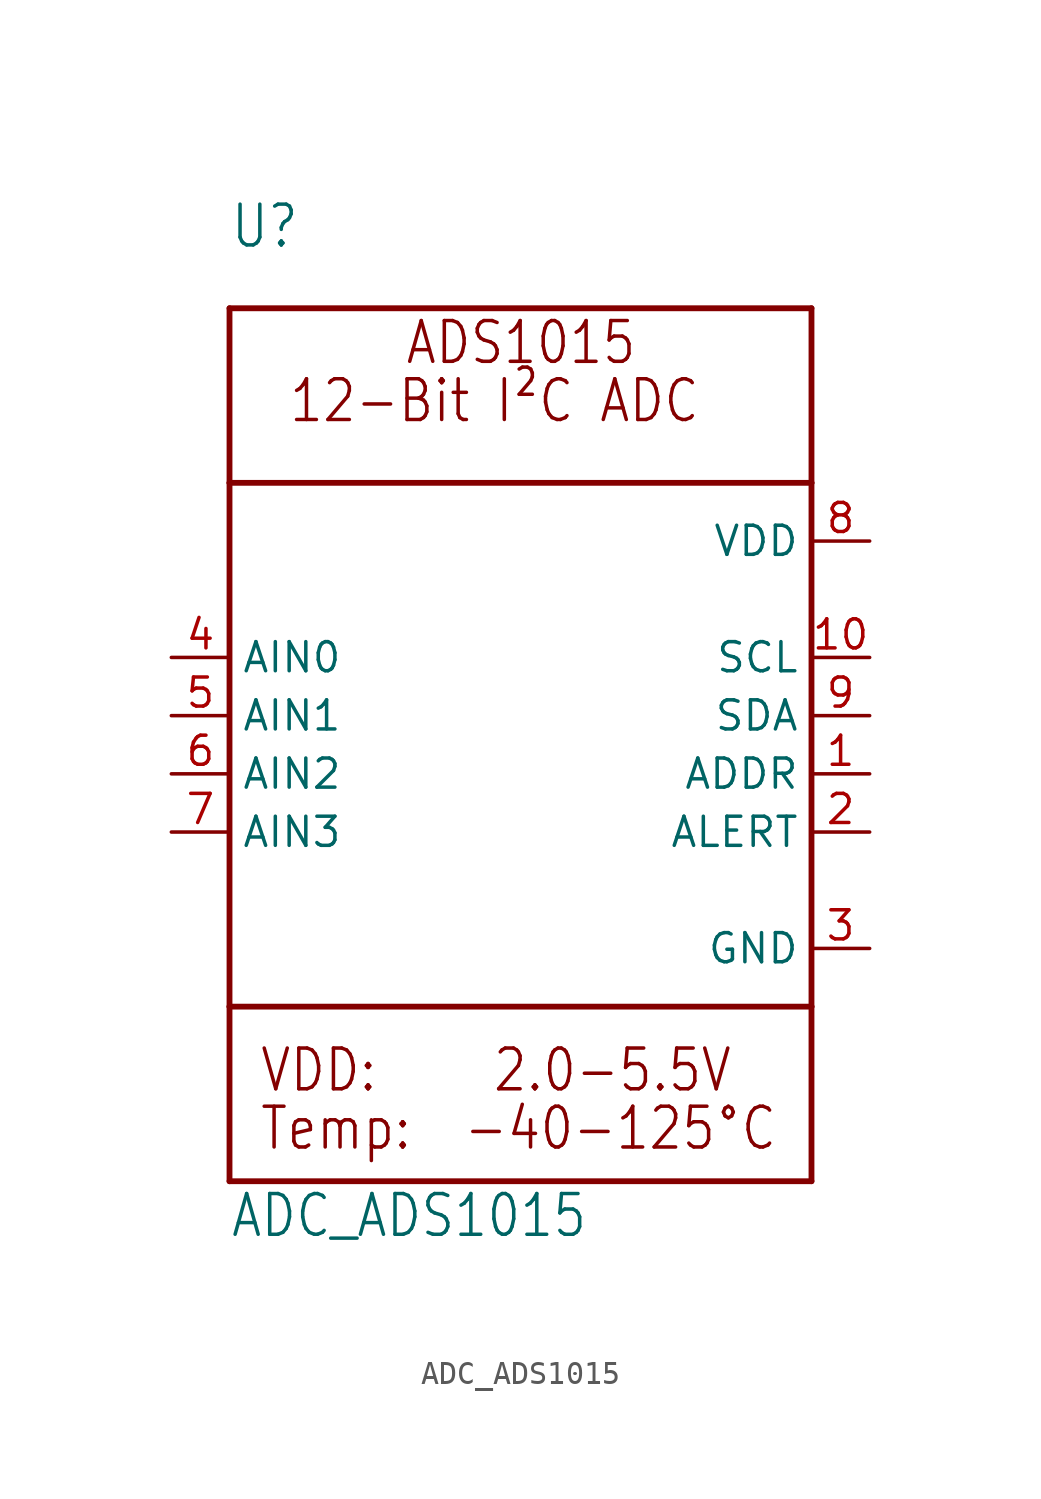
<source format=kicad_sym>
(kicad_symbol_lib
  (version 20220331)
  (generator kicad_symbol_editor)
  (symbol "ADC_ADS1015"
    (property "Reference" "U"
      (at -12.7 20.32 0)
      (effects (font (size 1.778 1.511)) (justify left bottom)))
    (property "Value" "ADC_ADS1015"
      (at -12.7 -22.86 0)
      (effects (font (size 1.778 1.511)) (justify left bottom)))
    (property "ki_locked" ""
      (at 0 0 0)
      (effects (font (size 1.27 1.27))))
    (symbol "ADC_ADS1015_1_0"
      (polyline (pts (xy -12.7 -12.7) (xy -12.7 -20.32)) (stroke (width 0.254) (type solid)) (fill (type none)))
      (polyline (pts (xy -12.7 -12.7) (xy -12.7 10.16)) (stroke (width 0.254) (type solid)) (fill (type none)))
      (polyline (pts (xy -12.7 10.16) (xy 12.7 10.16)) (stroke (width 0.254) (type solid)) (fill (type none)))
      (polyline (pts (xy -12.7 17.78) (xy -12.7 10.16)) (stroke (width 0.254) (type solid)) (fill (type none)))
      (polyline (pts (xy -12.7 17.78) (xy 12.7 17.78)) (stroke (width 0.254) (type solid)) (fill (type none)))
      (polyline (pts (xy 12.7 -20.32) (xy -12.7 -20.32)) (stroke (width 0.254) (type solid)) (fill (type none)))
      (polyline (pts (xy 12.7 -12.7) (xy -12.7 -12.7)) (stroke (width 0.254) (type solid)) (fill (type none)))
      (polyline (pts (xy 12.7 -12.7) (xy 12.7 -20.32)) (stroke (width 0.254) (type solid)) (fill (type none)))
      (polyline (pts (xy 12.7 10.16) (xy 12.7 -12.7)) (stroke (width 0.254) (type solid)) (fill (type none)))
      (polyline (pts (xy 12.7 17.78) (xy 12.7 10.16)) (stroke (width 0.254) (type solid)) (fill (type none)))
      (text "-40-125°C" (at -2.54 -19.05 0) (effects (font (size 1.778 1.511)) (justify left bottom)))
      (text "12-Bit I²C ADC" (at -10.16 12.7 0) (effects (font (size 1.778 1.511)) (justify left bottom)))
      (text "2.0-5.5V" (at -1.27 -16.51 0) (effects (font (size 1.778 1.511)) (justify left bottom)))
      (text "ADS1015" (at -5.08 15.24 0) (effects (font (size 1.778 1.511)) (justify left bottom)))
      (text "Temp:" (at -11.43 -19.05 0) (effects (font (size 1.778 1.511)) (justify left bottom)))
      (text "VDD:" (at -11.43 -16.51 0) (effects (font (size 1.778 1.511)) (justify left bottom)))
      (pin bidirectional line (at 15.24 -2.54 180) (length 2.54) (name "ADDR" (effects (font (size 1.27 1.27)))) (number "1" (effects (font (size 1.27 1.27)))))
      (pin bidirectional line (at 15.24 2.54 180) (length 2.54) (name "SCL" (effects (font (size 1.27 1.27)))) (number "10" (effects (font (size 1.27 1.27)))))
      (pin bidirectional line (at 15.24 -5.08 180) (length 2.54) (name "ALERT" (effects (font (size 1.27 1.27)))) (number "2" (effects (font (size 1.27 1.27)))))
      (pin bidirectional line (at 15.24 -10.16 180) (length 2.54) (name "GND" (effects (font (size 1.27 1.27)))) (number "3" (effects (font (size 1.27 1.27)))))
      (pin bidirectional line (at -15.24 2.54 0) (length 2.54) (name "AIN0" (effects (font (size 1.27 1.27)))) (number "4" (effects (font (size 1.27 1.27)))))
      (pin bidirectional line (at -15.24 0 0) (length 2.54) (name "AIN1" (effects (font (size 1.27 1.27)))) (number "5" (effects (font (size 1.27 1.27)))))
      (pin bidirectional line (at -15.24 -2.54 0) (length 2.54) (name "AIN2" (effects (font (size 1.27 1.27)))) (number "6" (effects (font (size 1.27 1.27)))))
      (pin bidirectional line (at -15.24 -5.08 0) (length 2.54) (name "AIN3" (effects (font (size 1.27 1.27)))) (number "7" (effects (font (size 1.27 1.27)))))
      (pin bidirectional line (at 15.24 7.62 180) (length 2.54) (name "VDD" (effects (font (size 1.27 1.27)))) (number "8" (effects (font (size 1.27 1.27)))))
      (pin bidirectional line (at 15.24 0 180) (length 2.54) (name "SDA" (effects (font (size 1.27 1.27)))) (number "9" (effects (font (size 1.27 1.27))))))))
</source>
